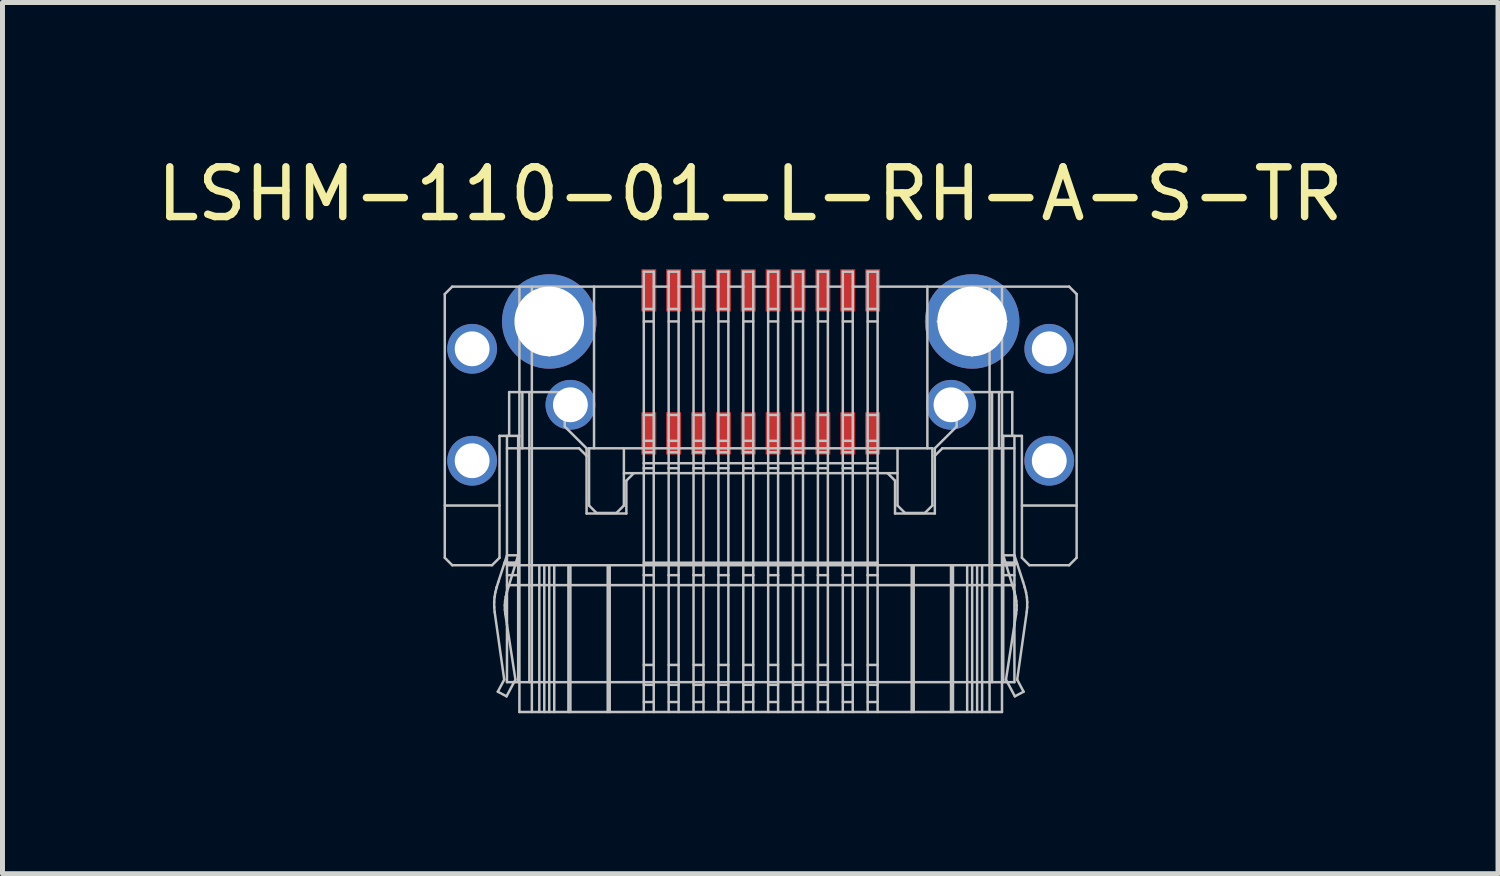
<source format=kicad_pcb>
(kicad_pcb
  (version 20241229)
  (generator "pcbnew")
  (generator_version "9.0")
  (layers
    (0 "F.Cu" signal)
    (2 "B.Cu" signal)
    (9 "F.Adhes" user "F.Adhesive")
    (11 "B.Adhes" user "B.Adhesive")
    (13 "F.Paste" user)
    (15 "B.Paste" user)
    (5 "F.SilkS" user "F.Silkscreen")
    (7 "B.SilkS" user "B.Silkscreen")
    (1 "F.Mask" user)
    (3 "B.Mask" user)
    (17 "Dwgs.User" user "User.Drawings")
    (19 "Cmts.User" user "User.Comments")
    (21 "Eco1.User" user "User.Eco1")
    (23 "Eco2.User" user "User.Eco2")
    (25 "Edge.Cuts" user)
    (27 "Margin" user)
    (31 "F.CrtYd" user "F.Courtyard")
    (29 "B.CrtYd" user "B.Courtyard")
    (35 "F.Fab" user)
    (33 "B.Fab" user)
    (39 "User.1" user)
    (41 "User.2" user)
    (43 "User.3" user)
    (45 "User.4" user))
  (footprint "LSHM-110-01-L-RH-A-S-TR"
    (layer "F.Cu")
    (at 12.24 11.261)
    (property "Reference" "LSHM-110-01-L-RH-A-S-TR" (at -0.21 -10.413 0) (layer "F.SilkS") (effects (font (size 1 1) (thickness 0.15))))
    (attr through_hole)
    (fp_line (start -6.35 -8.4) (end -6.35 -3.1) (stroke (width 0.05) (type solid)) (layer "Dwgs.User"))
    (fp_line (start -6.35 -3.1) (end -6.2 -2.95) (stroke (width 0.05) (type solid)) (layer "Dwgs.User"))
    (fp_line (start -6.2 -8.55) (end -6.35 -8.4) (stroke (width 0.05) (type solid)) (layer "Dwgs.User"))
    (fp_line (start -6.2 -2.95) (end -5.4 -2.95) (stroke (width 0.05) (type solid)) (layer "Dwgs.User"))
    (fp_line (start -5.9 -7.55) (end -5.7 -7.55) (stroke (width 0.05) (type solid)) (layer "Dwgs.User"))
    (fp_line (start -5.9 -7.05) (end -5.9 -7.55) (stroke (width 0.05) (type solid)) (layer "Dwgs.User"))
    (fp_line (start -5.9 -5.3) (end -5.7 -5.3) (stroke (width 0.05) (type solid)) (layer "Dwgs.User"))
    (fp_line (start -5.9 -4.8) (end -5.9 -5.3) (stroke (width 0.05) (type solid)) (layer "Dwgs.User"))
    (fp_line (start -5.7 -7.45) (end -5.9 -7.45) (stroke (width 0.05) (type solid)) (layer "Dwgs.User"))
    (fp_line (start -5.7 -7.15) (end -5.9 -7.15) (stroke (width 0.05) (type solid)) (layer "Dwgs.User"))
    (fp_line (start -5.7 -7.05) (end -5.9 -7.05) (stroke (width 0.05) (type solid)) (layer "Dwgs.User"))
    (fp_line (start -5.7 -7.05) (end -5.7 -7.55) (stroke (width 0.05) (type solid)) (layer "Dwgs.User"))
    (fp_line (start -5.7 -5.2) (end -5.9 -5.2) (stroke (width 0.05) (type solid)) (layer "Dwgs.User"))
    (fp_line (start -5.7 -4.9) (end -5.9 -4.9) (stroke (width 0.05) (type solid)) (layer "Dwgs.User"))
    (fp_line (start -5.7 -4.8) (end -5.9 -4.8) (stroke (width 0.05) (type solid)) (layer "Dwgs.User"))
    (fp_line (start -5.7 -4.8) (end -5.7 -5.3) (stroke (width 0.05) (type solid)) (layer "Dwgs.User"))
    (fp_line (start -5.4 -2.95) (end -5.25 -3.1) (stroke (width 0.05) (type solid)) (layer "Dwgs.User"))
    (fp_line (start -5.357 -2.207) (end -5.35 -2.307) (stroke (width 0.05) (type solid)) (layer "Dwgs.User"))
    (fp_line (start -5.356 -2.106) (end -5.357 -2.207) (stroke (width 0.05) (type solid)) (layer "Dwgs.User"))
    (fp_line (start -5.35 -2.307) (end -5.333 -2.406) (stroke (width 0.05) (type solid)) (layer "Dwgs.User"))
    (fp_line (start -5.347 -2.007) (end -5.356 -2.106) (stroke (width 0.05) (type solid)) (layer "Dwgs.User"))
    (fp_line (start -5.333 -2.406) (end -5.308 -2.503) (stroke (width 0.05) (type solid)) (layer "Dwgs.User"))
    (fp_line (start -5.308 -2.503) (end -5.308 -2.504) (stroke (width 0.05) (type solid)) (layer "Dwgs.User"))
    (fp_line (start -5.308 -2.504) (end -5.274 -2.614) (stroke (width 0.05) (type solid)) (layer "Dwgs.User"))
    (fp_line (start -5.284 -0.408) (end -5.155 -0.65) (stroke (width 0.05) (type solid)) (layer "Dwgs.User"))
    (fp_line (start -5.274 -2.614) (end -5.1 -3.15) (stroke (width 0.05) (type solid)) (layer "Dwgs.User"))
    (fp_line (start -5.25 -5.55) (end -4.85 -5.55) (stroke (width 0.05) (type solid)) (layer "Dwgs.User"))
    (fp_line (start -5.25 -4.15) (end -6.35 -4.15) (stroke (width 0.05) (type solid)) (layer "Dwgs.User"))
    (fp_line (start -5.25 -3.1) (end -5.25 -5.55) (stroke (width 0.05) (type solid)) (layer "Dwgs.User"))
    (fp_line (start -5.156 -2.978) (end -5.1 -2.978) (stroke (width 0.05) (type solid)) (layer "Dwgs.User"))
    (fp_line (start -5.155 -0.65) (end -5.347 -2.007) (stroke (width 0.05) (type solid)) (layer "Dwgs.User"))
    (fp_line (start -5.147 -3.004) (end -4.92 -3.004) (stroke (width 0.05) (type solid)) (layer "Dwgs.User"))
    (fp_line (start -5.144 -2.142) (end -5.138 -2.229) (stroke (width 0.05) (type solid)) (layer "Dwgs.User"))
    (fp_line (start -5.142 -2.055) (end -5.144 -2.142) (stroke (width 0.05) (type solid)) (layer "Dwgs.User"))
    (fp_line (start -5.138 -2.229) (end -5.125 -2.315) (stroke (width 0.05) (type solid)) (layer "Dwgs.User"))
    (fp_line (start -5.133 -1.968) (end -5.142 -2.055) (stroke (width 0.05) (type solid)) (layer "Dwgs.User"))
    (fp_line (start -5.133 -1.968) (end -5.1 -1.756) (stroke (width 0.05) (type solid)) (layer "Dwgs.User"))
    (fp_line (start -5.125 -2.315) (end -5.104 -2.4) (stroke (width 0.05) (type solid)) (layer "Dwgs.User"))
    (fp_line (start -5.109 -0.315) (end -5.284 -0.408) (stroke (width 0.05) (type solid)) (layer "Dwgs.User"))
    (fp_line (start -5.104 -2.4) (end -5.101 -2.412) (stroke (width 0.05) (type solid)) (layer "Dwgs.User"))
    (fp_line (start -5.1 -5.55) (end -5.1 -0.6) (stroke (width 0.05) (type solid)) (layer "Dwgs.User"))
    (fp_line (start -5.1 -3.15) (end -4.875 -3.15) (stroke (width 0.05) (type solid)) (layer "Dwgs.User"))
    (fp_line (start -5.1 -2.978) (end -4.927 -2.978) (stroke (width 0.05) (type solid)) (layer "Dwgs.User"))
    (fp_line (start -5.1 -2.95) (end -4.875 -2.95) (stroke (width 0.05) (type solid)) (layer "Dwgs.User"))
    (fp_line (start -5.1 -2.75) (end -4.875 -2.75) (stroke (width 0.05) (type solid)) (layer "Dwgs.User"))
    (fp_line (start -5.1 -2.414) (end -5.101 -2.412) (stroke (width 0.05) (type solid)) (layer "Dwgs.User"))
    (fp_line (start -5.1 -1.756) (end -4.93 -0.65) (stroke (width 0.05) (type solid)) (layer "Dwgs.User"))
    (fp_line (start -5.056 -6.43) (end -5.056 -5.55) (stroke (width 0.05) (type solid)) (layer "Dwgs.User"))
    (fp_line (start -4.957 -0.6) (end -5.109 -0.315) (stroke (width 0.05) (type solid)) (layer "Dwgs.User"))
    (fp_line (start -4.93 -0.65) (end -4.957 -0.6) (stroke (width 0.05) (type solid)) (layer "Dwgs.User"))
    (fp_line (start -4.875 -5.55) (end -4.875 -5.3) (stroke (width 0.05) (type solid)) (layer "Dwgs.User"))
    (fp_line (start -4.875 -3.15) (end -5.1 -2.414) (stroke (width 0.05) (type solid)) (layer "Dwgs.User"))
    (fp_line (start -4.875 -0.6) (end -4.875 -5.3) (stroke (width 0.05) (type solid)) (layer "Dwgs.User"))
    (fp_line (start -4.854 -7.935) (end -3.646 -7.935) (stroke (width 0.05) (type solid)) (layer "Dwgs.User"))
    (fp_line (start -4.854 -7.765) (end -3.646 -7.765) (stroke (width 0.05) (type solid)) (layer "Dwgs.User"))
    (fp_line (start -4.85 -5.3) (end -4.85 -8.55) (stroke (width 0.05) (type solid)) (layer "Dwgs.User"))
    (fp_line (start -4.85 -0.6) (end -4.85 -5.3) (stroke (width 0.05) (type solid)) (layer "Dwgs.User"))
    (fp_line (start -4.85 0) (end -4.85 -0.6) (stroke (width 0.05) (type solid)) (layer "Dwgs.User"))
    (fp_line (start -4.825 -7.935) (end -4.698 -7.935) (stroke (width 0.05) (type solid)) (layer "Dwgs.User"))
    (fp_line (start -4.825 -7.765) (end -4.825 -7.935) (stroke (width 0.05) (type solid)) (layer "Dwgs.User"))
    (fp_line (start -4.825 -7.765) (end -4.698 -7.765) (stroke (width 0.05) (type solid)) (layer "Dwgs.User"))
    (fp_line (start -4.791 -6.43) (end -4.791 -5.3) (stroke (width 0.05) (type solid)) (layer "Dwgs.User"))
    (fp_line (start -4.698 -7.765) (end -4.698 -7.935) (stroke (width 0.05) (type solid)) (layer "Dwgs.User"))
    (fp_line (start -4.65 -5.3) (end -4.65 -6.43) (stroke (width 0.05) (type solid)) (layer "Dwgs.User"))
    (fp_line (start -4.65 -0.6) (end -4.65 -5.3) (stroke (width 0.05) (type solid)) (layer "Dwgs.User"))
    (fp_line (start -4.6 -5.3) (end -4.6 -8.55) (stroke (width 0.05) (type solid)) (layer "Dwgs.User"))
    (fp_line (start -4.6 -0.6) (end -4.6 -5.3) (stroke (width 0.05) (type solid)) (layer "Dwgs.User"))
    (fp_line (start -4.6 0) (end -4.6 -0.6) (stroke (width 0.05) (type solid)) (layer "Dwgs.User"))
    (fp_line (start -4.45 0) (end -4.45 -2.95) (stroke (width 0.05) (type solid)) (layer "Dwgs.User"))
    (fp_line (start -4.35 0) (end -4.35 -2.95) (stroke (width 0.05) (type solid)) (layer "Dwgs.User"))
    (fp_line (start -4.25 -7.161) (end -4.25 -8.539) (stroke (width 0.05) (type solid)) (layer "Dwgs.User"))
    (fp_line (start -4.25 0) (end -4.25 -2.95) (stroke (width 0.05) (type solid)) (layer "Dwgs.User"))
    (fp_line (start -4.15 0) (end -4.15 -2.95) (stroke (width 0.05) (type solid)) (layer "Dwgs.User"))
    (fp_line (start -3.938 -6.43) (end -3.938 -5.737) (stroke (width 0.05) (type solid)) (layer "Dwgs.User"))
    (fp_line (start -3.938 -6.38) (end -3.712 -6.38) (stroke (width 0.05) (type solid)) (layer "Dwgs.User"))
    (fp_line (start -3.938 -5.737) (end -3.5 -5.3) (stroke (width 0.05) (type solid)) (layer "Dwgs.User"))
    (fp_line (start -3.865 0) (end -3.865 -2.95) (stroke (width 0.05) (type solid)) (layer "Dwgs.User"))
    (fp_line (start -3.825 0) (end -3.825 -2.95) (stroke (width 0.05) (type solid)) (layer "Dwgs.User"))
    (fp_line (start -3.802 -7.765) (end -3.802 -7.935) (stroke (width 0.05) (type solid)) (layer "Dwgs.User"))
    (fp_line (start -3.712 -6.43) (end -5.056 -6.43) (stroke (width 0.05) (type solid)) (layer "Dwgs.User"))
    (fp_line (start -3.712 -6.43) (end -3.712 -5.93) (stroke (width 0.05) (type solid)) (layer "Dwgs.User"))
    (fp_line (start -3.712 -5.98) (end -3.938 -5.98) (stroke (width 0.05) (type solid)) (layer "Dwgs.User"))
    (fp_line (start -3.712 -5.93) (end -3.938 -5.93) (stroke (width 0.05) (type solid)) (layer "Dwgs.User"))
    (fp_line (start -3.675 -7.935) (end -3.802 -7.935) (stroke (width 0.05) (type solid)) (layer "Dwgs.User"))
    (fp_line (start -3.675 -7.765) (end -3.802 -7.765) (stroke (width 0.05) (type solid)) (layer "Dwgs.User"))
    (fp_line (start -3.675 -7.765) (end -3.675 -7.935) (stroke (width 0.05) (type solid)) (layer "Dwgs.User"))
    (fp_line (start -3.65 -5.3) (end -5.1 -5.3) (stroke (width 0.05) (type solid)) (layer "Dwgs.User"))
    (fp_line (start -3.65 -5.3) (end -3.5 -5.15) (stroke (width 0.05) (type solid)) (layer "Dwgs.User"))
    (fp_line (start -3.5 -5.3) (end -3.5 -5.15) (stroke (width 0.05) (type solid)) (layer "Dwgs.User"))
    (fp_line (start -3.5 -5.15) (end -3.5 -3.99) (stroke (width 0.05) (type solid)) (layer "Dwgs.User"))
    (fp_line (start -3.5 -3.99) (end -2.7 -3.99) (stroke (width 0.05) (type solid)) (layer "Dwgs.User"))
    (fp_line (start -3.45 -5.3) (end -3.45 -4.15) (stroke (width 0.05) (type solid)) (layer "Dwgs.User"))
    (fp_line (start -3.45 -4.15) (end -3.3 -4) (stroke (width 0.05) (type solid)) (layer "Dwgs.User"))
    (fp_line (start -3.35 -8.55) (end -3.35 -5.3) (stroke (width 0.05) (type solid)) (layer "Dwgs.User"))
    (fp_line (start -3.3 -4) (end -2.9 -4) (stroke (width 0.05) (type solid)) (layer "Dwgs.User"))
    (fp_line (start -3.075 0) (end -3.075 -2.95) (stroke (width 0.05) (type solid)) (layer "Dwgs.User"))
    (fp_line (start -3.035 0) (end -3.035 -2.95) (stroke (width 0.05) (type solid)) (layer "Dwgs.User"))
    (fp_line (start -2.9 -4) (end -2.75 -4.15) (stroke (width 0.05) (type solid)) (layer "Dwgs.User"))
    (fp_line (start -2.75 -4.8) (end 2.75 -4.8) (stroke (width 0.05) (type solid)) (layer "Dwgs.User"))
    (fp_line (start -2.75 -4.15) (end -2.75 -5.3) (stroke (width 0.05) (type solid)) (layer "Dwgs.User"))
    (fp_line (start -2.7 -4.65) (end -2.55 -4.8) (stroke (width 0.05) (type solid)) (layer "Dwgs.User"))
    (fp_line (start -2.7 -3.99) (end -2.7 -4.65) (stroke (width 0.05) (type solid)) (layer "Dwgs.User"))
    (fp_line (start -2.35 -8.85) (end -2.35 -5) (stroke (width 0.05) (type solid)) (layer "Dwgs.User"))
    (fp_line (start -2.35 -8.55) (end -6.2 -8.55) (stroke (width 0.05) (type solid)) (layer "Dwgs.User"))
    (fp_line (start -2.35 -7.85) (end -2.15 -7.85) (stroke (width 0.05) (type solid)) (layer "Dwgs.User"))
    (fp_line (start -2.35 -5.3) (end -3.45 -5.3) (stroke (width 0.05) (type solid)) (layer "Dwgs.User"))
    (fp_line (start -2.35 -5.3) (end -2.15 -5.3) (stroke (width 0.05) (type solid)) (layer "Dwgs.User"))
    (fp_line (start -2.35 -5) (end -2.35 -4.9) (stroke (width 0.05) (type solid)) (layer "Dwgs.User"))
    (fp_line (start -2.35 -4.9) (end -2.35 -2.75) (stroke (width 0.05) (type solid)) (layer "Dwgs.User"))
    (fp_line (start -2.35 -4.9) (end -2.15 -4.9) (stroke (width 0.05) (type solid)) (layer "Dwgs.User"))
    (fp_line (start -2.35 -2.75) (end -2.35 0) (stroke (width 0.05) (type solid)) (layer "Dwgs.User"))
    (fp_line (start -2.15 -8.85) (end -2.35 -8.85) (stroke (width 0.05) (type solid)) (layer "Dwgs.User"))
    (fp_line (start -2.15 -8.85) (end -2.15 -5) (stroke (width 0.05) (type solid)) (layer "Dwgs.User"))
    (fp_line (start -2.15 -8.1) (end -2.35 -8.1) (stroke (width 0.05) (type solid)) (layer "Dwgs.User"))
    (fp_line (start -2.15 -5.97) (end -2.35 -5.97) (stroke (width 0.05) (type solid)) (layer "Dwgs.User"))
    (fp_line (start -2.15 -5.45) (end -2.35 -5.45) (stroke (width 0.05) (type solid)) (layer "Dwgs.User"))
    (fp_line (start -2.15 -5.22) (end -2.35 -5.22) (stroke (width 0.05) (type solid)) (layer "Dwgs.User"))
    (fp_line (start -2.15 -5) (end -2.35 -5) (stroke (width 0.05) (type solid)) (layer "Dwgs.User"))
    (fp_line (start -2.15 -4.9) (end -2.15 -5) (stroke (width 0.05) (type solid)) (layer "Dwgs.User"))
    (fp_line (start -2.15 -3) (end -2.15 -4.9) (stroke (width 0.05) (type solid)) (layer "Dwgs.User"))
    (fp_line (start -2.15 -3) (end -2.15 -2.75) (stroke (width 0.05) (type solid)) (layer "Dwgs.User"))
    (fp_line (start -2.15 -2.75) (end -2.35 -2.75) (stroke (width 0.05) (type solid)) (layer "Dwgs.User"))
    (fp_line (start -2.15 -2.75) (end -2.15 0) (stroke (width 0.05) (type solid)) (layer "Dwgs.User"))
    (fp_line (start -2.15 -0.946) (end -2.35 -0.946) (stroke (width 0.05) (type solid)) (layer "Dwgs.User"))
    (fp_line (start -2.15 -0.546) (end -2.35 -0.546) (stroke (width 0.05) (type solid)) (layer "Dwgs.User"))
    (fp_line (start -2.15 -0.2) (end -2.35 -0.2) (stroke (width 0.05) (type solid)) (layer "Dwgs.User"))
    (fp_line (start -1.85 -8.55) (end -2.15 -8.55) (stroke (width 0.05) (type solid)) (layer "Dwgs.User"))
    (fp_line (start -1.85 -7.85) (end -1.65 -7.85) (stroke (width 0.05) (type solid)) (layer "Dwgs.User"))
    (fp_line (start -1.85 -5.3) (end -2.15 -5.3) (stroke (width 0.05) (type solid)) (layer "Dwgs.User"))
    (fp_line (start -1.85 -5.3) (end -1.65 -5.3) (stroke (width 0.05) (type solid)) (layer "Dwgs.User"))
    (fp_line (start -1.85 -5) (end -2.15 -5) (stroke (width 0.05) (type solid)) (layer "Dwgs.User"))
    (fp_line (start -1.85 -5) (end -1.85 -8.85) (stroke (width 0.05) (type solid)) (layer "Dwgs.User"))
    (fp_line (start -1.85 -5) (end -1.85 -4.9) (stroke (width 0.05) (type solid)) (layer "Dwgs.User"))
    (fp_line (start -1.85 -4.9) (end -1.85 -3) (stroke (width 0.05) (type solid)) (layer "Dwgs.User"))
    (fp_line (start -1.85 -4.9) (end -1.65 -4.9) (stroke (width 0.05) (type solid)) (layer "Dwgs.User"))
    (fp_line (start -1.85 -2.75) (end -1.85 -3) (stroke (width 0.05) (type solid)) (layer "Dwgs.User"))
    (fp_line (start -1.85 -2.75) (end -1.85 0) (stroke (width 0.05) (type solid)) (layer "Dwgs.User"))
    (fp_line (start -1.65 -8.85) (end -1.85 -8.85) (stroke (width 0.05) (type solid)) (layer "Dwgs.User"))
    (fp_line (start -1.65 -8.85) (end -1.65 -5) (stroke (width 0.05) (type solid)) (layer "Dwgs.User"))
    (fp_line (start -1.65 -8.1) (end -1.85 -8.1) (stroke (width 0.05) (type solid)) (layer "Dwgs.User"))
    (fp_line (start -1.65 -5.97) (end -1.85 -5.97) (stroke (width 0.05) (type solid)) (layer "Dwgs.User"))
    (fp_line (start -1.65 -5.45) (end -1.85 -5.45) (stroke (width 0.05) (type solid)) (layer "Dwgs.User"))
    (fp_line (start -1.65 -5.22) (end -1.85 -5.22) (stroke (width 0.05) (type solid)) (layer "Dwgs.User"))
    (fp_line (start -1.65 -5) (end -1.85 -5) (stroke (width 0.05) (type solid)) (layer "Dwgs.User"))
    (fp_line (start -1.65 -4.9) (end -1.65 -5) (stroke (width 0.05) (type solid)) (layer "Dwgs.User"))
    (fp_line (start -1.65 -3) (end -1.65 -4.9) (stroke (width 0.05) (type solid)) (layer "Dwgs.User"))
    (fp_line (start -1.65 -3) (end -1.65 -2.75) (stroke (width 0.05) (type solid)) (layer "Dwgs.User"))
    (fp_line (start -1.65 -2.75) (end -1.85 -2.75) (stroke (width 0.05) (type solid)) (layer "Dwgs.User"))
    (fp_line (start -1.65 -2.75) (end -1.65 0) (stroke (width 0.05) (type solid)) (layer "Dwgs.User"))
    (fp_line (start -1.65 -0.946) (end -1.85 -0.946) (stroke (width 0.05) (type solid)) (layer "Dwgs.User"))
    (fp_line (start -1.65 -0.546) (end -1.85 -0.546) (stroke (width 0.05) (type solid)) (layer "Dwgs.User"))
    (fp_line (start -1.65 -0.2) (end -1.85 -0.2) (stroke (width 0.05) (type solid)) (layer "Dwgs.User"))
    (fp_line (start -1.35 -8.55) (end -1.65 -8.55) (stroke (width 0.05) (type solid)) (layer "Dwgs.User"))
    (fp_line (start -1.35 -7.85) (end -1.15 -7.85) (stroke (width 0.05) (type solid)) (layer "Dwgs.User"))
    (fp_line (start -1.35 -5.3) (end -1.65 -5.3) (stroke (width 0.05) (type solid)) (layer "Dwgs.User"))
    (fp_line (start -1.35 -5.3) (end -1.15 -5.3) (stroke (width 0.05) (type solid)) (layer "Dwgs.User"))
    (fp_line (start -1.35 -5) (end -1.65 -5) (stroke (width 0.05) (type solid)) (layer "Dwgs.User"))
    (fp_line (start -1.35 -5) (end -1.35 -8.85) (stroke (width 0.05) (type solid)) (layer "Dwgs.User"))
    (fp_line (start -1.35 -5) (end -1.35 -4.9) (stroke (width 0.05) (type solid)) (layer "Dwgs.User"))
    (fp_line (start -1.35 -4.9) (end -1.35 -3) (stroke (width 0.05) (type solid)) (layer "Dwgs.User"))
    (fp_line (start -1.35 -4.9) (end -1.15 -4.9) (stroke (width 0.05) (type solid)) (layer "Dwgs.User"))
    (fp_line (start -1.35 -2.75) (end -1.35 -3) (stroke (width 0.05) (type solid)) (layer "Dwgs.User"))
    (fp_line (start -1.35 -2.75) (end -1.35 0) (stroke (width 0.05) (type solid)) (layer "Dwgs.User"))
    (fp_line (start -1.15 -8.85) (end -1.35 -8.85) (stroke (width 0.05) (type solid)) (layer "Dwgs.User"))
    (fp_line (start -1.15 -8.85) (end -1.15 -5) (stroke (width 0.05) (type solid)) (layer "Dwgs.User"))
    (fp_line (start -1.15 -8.1) (end -1.35 -8.1) (stroke (width 0.05) (type solid)) (layer "Dwgs.User"))
    (fp_line (start -1.15 -5.97) (end -1.35 -5.97) (stroke (width 0.05) (type solid)) (layer "Dwgs.User"))
    (fp_line (start -1.15 -5.45) (end -1.35 -5.45) (stroke (width 0.05) (type solid)) (layer "Dwgs.User"))
    (fp_line (start -1.15 -5.22) (end -1.35 -5.22) (stroke (width 0.05) (type solid)) (layer "Dwgs.User"))
    (fp_line (start -1.15 -5) (end -1.35 -5) (stroke (width 0.05) (type solid)) (layer "Dwgs.User"))
    (fp_line (start -1.15 -4.9) (end -1.15 -5) (stroke (width 0.05) (type solid)) (layer "Dwgs.User"))
    (fp_line (start -1.15 -3) (end -1.15 -4.9) (stroke (width 0.05) (type solid)) (layer "Dwgs.User"))
    (fp_line (start -1.15 -3) (end -1.15 -2.75) (stroke (width 0.05) (type solid)) (layer "Dwgs.User"))
    (fp_line (start -1.15 -2.75) (end -1.35 -2.75) (stroke (width 0.05) (type solid)) (layer "Dwgs.User"))
    (fp_line (start -1.15 -2.75) (end -1.15 0) (stroke (width 0.05) (type solid)) (layer "Dwgs.User"))
    (fp_line (start -1.15 -0.946) (end -1.35 -0.946) (stroke (width 0.05) (type solid)) (layer "Dwgs.User"))
    (fp_line (start -1.15 -0.546) (end -1.35 -0.546) (stroke (width 0.05) (type solid)) (layer "Dwgs.User"))
    (fp_line (start -1.15 -0.2) (end -1.35 -0.2) (stroke (width 0.05) (type solid)) (layer "Dwgs.User"))
    (fp_line (start -0.85 -8.55) (end -1.15 -8.55) (stroke (width 0.05) (type solid)) (layer "Dwgs.User"))
    (fp_line (start -0.85 -7.85) (end -0.65 -7.85) (stroke (width 0.05) (type solid)) (layer "Dwgs.User"))
    (fp_line (start -0.85 -5.3) (end -1.15 -5.3) (stroke (width 0.05) (type solid)) (layer "Dwgs.User"))
    (fp_line (start -0.85 -5.3) (end -0.65 -5.3) (stroke (width 0.05) (type solid)) (layer "Dwgs.User"))
    (fp_line (start -0.85 -5) (end -1.15 -5) (stroke (width 0.05) (type solid)) (layer "Dwgs.User"))
    (fp_line (start -0.85 -5) (end -0.85 -8.85) (stroke (width 0.05) (type solid)) (layer "Dwgs.User"))
    (fp_line (start -0.85 -5) (end -0.85 -4.9) (stroke (width 0.05) (type solid)) (layer "Dwgs.User"))
    (fp_line (start -0.85 -4.9) (end -0.85 -3) (stroke (width 0.05) (type solid)) (layer "Dwgs.User"))
    (fp_line (start -0.85 -4.9) (end -0.65 -4.9) (stroke (width 0.05) (type solid)) (layer "Dwgs.User"))
    (fp_line (start -0.85 -2.75) (end -0.85 -3) (stroke (width 0.05) (type solid)) (layer "Dwgs.User"))
    (fp_line (start -0.85 -2.75) (end -0.85 0) (stroke (width 0.05) (type solid)) (layer "Dwgs.User"))
    (fp_line (start -0.65 -8.85) (end -0.85 -8.85) (stroke (width 0.05) (type solid)) (layer "Dwgs.User"))
    (fp_line (start -0.65 -8.85) (end -0.65 -5) (stroke (width 0.05) (type solid)) (layer "Dwgs.User"))
    (fp_line (start -0.65 -8.1) (end -0.85 -8.1) (stroke (width 0.05) (type solid)) (layer "Dwgs.User"))
    (fp_line (start -0.65 -5.97) (end -0.85 -5.97) (stroke (width 0.05) (type solid)) (layer "Dwgs.User"))
    (fp_line (start -0.65 -5.45) (end -0.85 -5.45) (stroke (width 0.05) (type solid)) (layer "Dwgs.User"))
    (fp_line (start -0.65 -5.22) (end -0.85 -5.22) (stroke (width 0.05) (type solid)) (layer "Dwgs.User"))
    (fp_line (start -0.65 -5) (end -0.85 -5) (stroke (width 0.05) (type solid)) (layer "Dwgs.User"))
    (fp_line (start -0.65 -4.9) (end -0.65 -5) (stroke (width 0.05) (type solid)) (layer "Dwgs.User"))
    (fp_line (start -0.65 -3) (end -0.65 -4.9) (stroke (width 0.05) (type solid)) (layer "Dwgs.User"))
    (fp_line (start -0.65 -3) (end -0.65 -2.75) (stroke (width 0.05) (type solid)) (layer "Dwgs.User"))
    (fp_line (start -0.65 -2.75) (end -0.85 -2.75) (stroke (width 0.05) (type solid)) (layer "Dwgs.User"))
    (fp_line (start -0.65 -2.75) (end -0.65 0) (stroke (width 0.05) (type solid)) (layer "Dwgs.User"))
    (fp_line (start -0.65 -0.946) (end -0.85 -0.946) (stroke (width 0.05) (type solid)) (layer "Dwgs.User"))
    (fp_line (start -0.65 -0.546) (end -0.85 -0.546) (stroke (width 0.05) (type solid)) (layer "Dwgs.User"))
    (fp_line (start -0.65 -0.2) (end -0.85 -0.2) (stroke (width 0.05) (type solid)) (layer "Dwgs.User"))
    (fp_line (start -0.35 -8.55) (end -0.65 -8.55) (stroke (width 0.05) (type solid)) (layer "Dwgs.User"))
    (fp_line (start -0.35 -7.85) (end -0.15 -7.85) (stroke (width 0.05) (type solid)) (layer "Dwgs.User"))
    (fp_line (start -0.35 -5.3) (end -0.65 -5.3) (stroke (width 0.05) (type solid)) (layer "Dwgs.User"))
    (fp_line (start -0.35 -5.3) (end -0.15 -5.3) (stroke (width 0.05) (type solid)) (layer "Dwgs.User"))
    (fp_line (start -0.35 -5) (end -0.65 -5) (stroke (width 0.05) (type solid)) (layer "Dwgs.User"))
    (fp_line (start -0.35 -5) (end -0.35 -8.85) (stroke (width 0.05) (type solid)) (layer "Dwgs.User"))
    (fp_line (start -0.35 -5) (end -0.35 -4.9) (stroke (width 0.05) (type solid)) (layer "Dwgs.User"))
    (fp_line (start -0.35 -4.9) (end -0.35 -3) (stroke (width 0.05) (type solid)) (layer "Dwgs.User"))
    (fp_line (start -0.35 -4.9) (end -0.15 -4.9) (stroke (width 0.05) (type solid)) (layer "Dwgs.User"))
    (fp_line (start -0.35 -2.75) (end -0.35 -3) (stroke (width 0.05) (type solid)) (layer "Dwgs.User"))
    (fp_line (start -0.35 -2.75) (end -0.35 0) (stroke (width 0.05) (type solid)) (layer "Dwgs.User"))
    (fp_line (start -0.15 -8.85) (end -0.35 -8.85) (stroke (width 0.05) (type solid)) (layer "Dwgs.User"))
    (fp_line (start -0.15 -8.85) (end -0.15 -5) (stroke (width 0.05) (type solid)) (layer "Dwgs.User"))
    (fp_line (start -0.15 -8.1) (end -0.35 -8.1) (stroke (width 0.05) (type solid)) (layer "Dwgs.User"))
    (fp_line (start -0.15 -5.97) (end -0.35 -5.97) (stroke (width 0.05) (type solid)) (layer "Dwgs.User"))
    (fp_line (start -0.15 -5.45) (end -0.35 -5.45) (stroke (width 0.05) (type solid)) (layer "Dwgs.User"))
    (fp_line (start -0.15 -5.22) (end -0.35 -5.22) (stroke (width 0.05) (type solid)) (layer "Dwgs.User"))
    (fp_line (start -0.15 -5) (end -0.35 -5) (stroke (width 0.05) (type solid)) (layer "Dwgs.User"))
    (fp_line (start -0.15 -4.9) (end -0.15 -5) (stroke (width 0.05) (type solid)) (layer "Dwgs.User"))
    (fp_line (start -0.15 -3) (end -0.15 -4.9) (stroke (width 0.05) (type solid)) (layer "Dwgs.User"))
    (fp_line (start -0.15 -3) (end -0.15 -2.75) (stroke (width 0.05) (type solid)) (layer "Dwgs.User"))
    (fp_line (start -0.15 -2.75) (end -0.35 -2.75) (stroke (width 0.05) (type solid)) (layer "Dwgs.User"))
    (fp_line (start -0.15 -2.75) (end -0.15 0) (stroke (width 0.05) (type solid)) (layer "Dwgs.User"))
    (fp_line (start -0.15 -0.946) (end -0.35 -0.946) (stroke (width 0.05) (type solid)) (layer "Dwgs.User"))
    (fp_line (start -0.15 -0.546) (end -0.35 -0.546) (stroke (width 0.05) (type solid)) (layer "Dwgs.User"))
    (fp_line (start -0.15 -0.2) (end -0.35 -0.2) (stroke (width 0.05) (type solid)) (layer "Dwgs.User"))
    (fp_line (start 0.15 -8.55) (end -0.15 -8.55) (stroke (width 0.05) (type solid)) (layer "Dwgs.User"))
    (fp_line (start 0.15 -7.85) (end 0.35 -7.85) (stroke (width 0.05) (type solid)) (layer "Dwgs.User"))
    (fp_line (start 0.15 -5.3) (end -0.15 -5.3) (stroke (width 0.05) (type solid)) (layer "Dwgs.User"))
    (fp_line (start 0.15 -5.3) (end 0.35 -5.3) (stroke (width 0.05) (type solid)) (layer "Dwgs.User"))
    (fp_line (start 0.15 -5) (end -0.15 -5) (stroke (width 0.05) (type solid)) (layer "Dwgs.User"))
    (fp_line (start 0.15 -5) (end 0.15 -8.85) (stroke (width 0.05) (type solid)) (layer "Dwgs.User"))
    (fp_line (start 0.15 -5) (end 0.15 -4.9) (stroke (width 0.05) (type solid)) (layer "Dwgs.User"))
    (fp_line (start 0.15 -4.9) (end 0.15 -3) (stroke (width 0.05) (type solid)) (layer "Dwgs.User"))
    (fp_line (start 0.15 -4.9) (end 0.35 -4.9) (stroke (width 0.05) (type solid)) (layer "Dwgs.User"))
    (fp_line (start 0.15 -2.75) (end 0.15 -3) (stroke (width 0.05) (type solid)) (layer "Dwgs.User"))
    (fp_line (start 0.15 -2.75) (end 0.15 0) (stroke (width 0.05) (type solid)) (layer "Dwgs.User"))
    (fp_line (start 0.35 -8.85) (end 0.15 -8.85) (stroke (width 0.05) (type solid)) (layer "Dwgs.User"))
    (fp_line (start 0.35 -8.85) (end 0.35 -5) (stroke (width 0.05) (type solid)) (layer "Dwgs.User"))
    (fp_line (start 0.35 -8.1) (end 0.15 -8.1) (stroke (width 0.05) (type solid)) (layer "Dwgs.User"))
    (fp_line (start 0.35 -5.97) (end 0.15 -5.97) (stroke (width 0.05) (type solid)) (layer "Dwgs.User"))
    (fp_line (start 0.35 -5.45) (end 0.15 -5.45) (stroke (width 0.05) (type solid)) (layer "Dwgs.User"))
    (fp_line (start 0.35 -5.22) (end 0.15 -5.22) (stroke (width 0.05) (type solid)) (layer "Dwgs.User"))
    (fp_line (start 0.35 -5) (end 0.15 -5) (stroke (width 0.05) (type solid)) (layer "Dwgs.User"))
    (fp_line (start 0.35 -4.9) (end 0.35 -5) (stroke (width 0.05) (type solid)) (layer "Dwgs.User"))
    (fp_line (start 0.35 -3) (end 0.35 -4.9) (stroke (width 0.05) (type solid)) (layer "Dwgs.User"))
    (fp_line (start 0.35 -3) (end 0.35 -2.75) (stroke (width 0.05) (type solid)) (layer "Dwgs.User"))
    (fp_line (start 0.35 -2.75) (end 0.15 -2.75) (stroke (width 0.05) (type solid)) (layer "Dwgs.User"))
    (fp_line (start 0.35 -2.75) (end 0.35 0) (stroke (width 0.05) (type solid)) (layer "Dwgs.User"))
    (fp_line (start 0.35 -0.946) (end 0.15 -0.946) (stroke (width 0.05) (type solid)) (layer "Dwgs.User"))
    (fp_line (start 0.35 -0.546) (end 0.15 -0.546) (stroke (width 0.05) (type solid)) (layer "Dwgs.User"))
    (fp_line (start 0.35 -0.2) (end 0.15 -0.2) (stroke (width 0.05) (type solid)) (layer "Dwgs.User"))
    (fp_line (start 0.65 -8.55) (end 0.35 -8.55) (stroke (width 0.05) (type solid)) (layer "Dwgs.User"))
    (fp_line (start 0.65 -7.85) (end 0.85 -7.85) (stroke (width 0.05) (type solid)) (layer "Dwgs.User"))
    (fp_line (start 0.65 -5.3) (end 0.35 -5.3) (stroke (width 0.05) (type solid)) (layer "Dwgs.User"))
    (fp_line (start 0.65 -5.3) (end 0.85 -5.3) (stroke (width 0.05) (type solid)) (layer "Dwgs.User"))
    (fp_line (start 0.65 -5) (end 0.35 -5) (stroke (width 0.05) (type solid)) (layer "Dwgs.User"))
    (fp_line (start 0.65 -5) (end 0.65 -8.85) (stroke (width 0.05) (type solid)) (layer "Dwgs.User"))
    (fp_line (start 0.65 -5) (end 0.65 -4.9) (stroke (width 0.05) (type solid)) (layer "Dwgs.User"))
    (fp_line (start 0.65 -4.9) (end 0.65 -3) (stroke (width 0.05) (type solid)) (layer "Dwgs.User"))
    (fp_line (start 0.65 -4.9) (end 0.85 -4.9) (stroke (width 0.05) (type solid)) (layer "Dwgs.User"))
    (fp_line (start 0.65 -2.75) (end 0.65 -3) (stroke (width 0.05) (type solid)) (layer "Dwgs.User"))
    (fp_line (start 0.65 -2.75) (end 0.65 0) (stroke (width 0.05) (type solid)) (layer "Dwgs.User"))
    (fp_line (start 0.85 -8.85) (end 0.65 -8.85) (stroke (width 0.05) (type solid)) (layer "Dwgs.User"))
    (fp_line (start 0.85 -8.85) (end 0.85 -5) (stroke (width 0.05) (type solid)) (layer "Dwgs.User"))
    (fp_line (start 0.85 -8.1) (end 0.65 -8.1) (stroke (width 0.05) (type solid)) (layer "Dwgs.User"))
    (fp_line (start 0.85 -5.97) (end 0.65 -5.97) (stroke (width 0.05) (type solid)) (layer "Dwgs.User"))
    (fp_line (start 0.85 -5.45) (end 0.65 -5.45) (stroke (width 0.05) (type solid)) (layer "Dwgs.User"))
    (fp_line (start 0.85 -5.22) (end 0.65 -5.22) (stroke (width 0.05) (type solid)) (layer "Dwgs.User"))
    (fp_line (start 0.85 -5) (end 0.65 -5) (stroke (width 0.05) (type solid)) (layer "Dwgs.User"))
    (fp_line (start 0.85 -4.9) (end 0.85 -5) (stroke (width 0.05) (type solid)) (layer "Dwgs.User"))
    (fp_line (start 0.85 -3) (end 0.85 -4.9) (stroke (width 0.05) (type solid)) (layer "Dwgs.User"))
    (fp_line (start 0.85 -3) (end 0.85 -2.75) (stroke (width 0.05) (type solid)) (layer "Dwgs.User"))
    (fp_line (start 0.85 -2.75) (end 0.65 -2.75) (stroke (width 0.05) (type solid)) (layer "Dwgs.User"))
    (fp_line (start 0.85 -2.75) (end 0.85 0) (stroke (width 0.05) (type solid)) (layer "Dwgs.User"))
    (fp_line (start 0.85 -0.946) (end 0.65 -0.946) (stroke (width 0.05) (type solid)) (layer "Dwgs.User"))
    (fp_line (start 0.85 -0.546) (end 0.65 -0.546) (stroke (width 0.05) (type solid)) (layer "Dwgs.User"))
    (fp_line (start 0.85 -0.2) (end 0.65 -0.2) (stroke (width 0.05) (type solid)) (layer "Dwgs.User"))
    (fp_line (start 1.15 -8.55) (end 0.85 -8.55) (stroke (width 0.05) (type solid)) (layer "Dwgs.User"))
    (fp_line (start 1.15 -7.85) (end 1.35 -7.85) (stroke (width 0.05) (type solid)) (layer "Dwgs.User"))
    (fp_line (start 1.15 -5.3) (end 0.85 -5.3) (stroke (width 0.05) (type solid)) (layer "Dwgs.User"))
    (fp_line (start 1.15 -5.3) (end 1.35 -5.3) (stroke (width 0.05) (type solid)) (layer "Dwgs.User"))
    (fp_line (start 1.15 -5) (end 0.85 -5) (stroke (width 0.05) (type solid)) (layer "Dwgs.User"))
    (fp_line (start 1.15 -5) (end 1.15 -8.85) (stroke (width 0.05) (type solid)) (layer "Dwgs.User"))
    (fp_line (start 1.15 -5) (end 1.15 -4.9) (stroke (width 0.05) (type solid)) (layer "Dwgs.User"))
    (fp_line (start 1.15 -4.9) (end 1.15 -3) (stroke (width 0.05) (type solid)) (layer "Dwgs.User"))
    (fp_line (start 1.15 -4.9) (end 1.35 -4.9) (stroke (width 0.05) (type solid)) (layer "Dwgs.User"))
    (fp_line (start 1.15 -2.75) (end 1.15 -3) (stroke (width 0.05) (type solid)) (layer "Dwgs.User"))
    (fp_line (start 1.15 -2.75) (end 1.15 0) (stroke (width 0.05) (type solid)) (layer "Dwgs.User"))
    (fp_line (start 1.35 -8.85) (end 1.15 -8.85) (stroke (width 0.05) (type solid)) (layer "Dwgs.User"))
    (fp_line (start 1.35 -8.85) (end 1.35 -5) (stroke (width 0.05) (type solid)) (layer "Dwgs.User"))
    (fp_line (start 1.35 -8.1) (end 1.15 -8.1) (stroke (width 0.05) (type solid)) (layer "Dwgs.User"))
    (fp_line (start 1.35 -5.97) (end 1.15 -5.97) (stroke (width 0.05) (type solid)) (layer "Dwgs.User"))
    (fp_line (start 1.35 -5.45) (end 1.15 -5.45) (stroke (width 0.05) (type solid)) (layer "Dwgs.User"))
    (fp_line (start 1.35 -5.22) (end 1.15 -5.22) (stroke (width 0.05) (type solid)) (layer "Dwgs.User"))
    (fp_line (start 1.35 -5) (end 1.15 -5) (stroke (width 0.05) (type solid)) (layer "Dwgs.User"))
    (fp_line (start 1.35 -4.9) (end 1.35 -5) (stroke (width 0.05) (type solid)) (layer "Dwgs.User"))
    (fp_line (start 1.35 -3) (end 1.35 -4.9) (stroke (width 0.05) (type solid)) (layer "Dwgs.User"))
    (fp_line (start 1.35 -3) (end 1.35 -2.75) (stroke (width 0.05) (type solid)) (layer "Dwgs.User"))
    (fp_line (start 1.35 -2.75) (end 1.15 -2.75) (stroke (width 0.05) (type solid)) (layer "Dwgs.User"))
    (fp_line (start 1.35 -2.75) (end 1.35 0) (stroke (width 0.05) (type solid)) (layer "Dwgs.User"))
    (fp_line (start 1.35 -0.946) (end 1.15 -0.946) (stroke (width 0.05) (type solid)) (layer "Dwgs.User"))
    (fp_line (start 1.35 -0.546) (end 1.15 -0.546) (stroke (width 0.05) (type solid)) (layer "Dwgs.User"))
    (fp_line (start 1.35 -0.2) (end 1.15 -0.2) (stroke (width 0.05) (type solid)) (layer "Dwgs.User"))
    (fp_line (start 1.65 -8.55) (end 1.35 -8.55) (stroke (width 0.05) (type solid)) (layer "Dwgs.User"))
    (fp_line (start 1.65 -7.85) (end 1.85 -7.85) (stroke (width 0.05) (type solid)) (layer "Dwgs.User"))
    (fp_line (start 1.65 -5.3) (end 1.35 -5.3) (stroke (width 0.05) (type solid)) (layer "Dwgs.User"))
    (fp_line (start 1.65 -5.3) (end 1.85 -5.3) (stroke (width 0.05) (type solid)) (layer "Dwgs.User"))
    (fp_line (start 1.65 -5) (end 1.35 -5) (stroke (width 0.05) (type solid)) (layer "Dwgs.User"))
    (fp_line (start 1.65 -5) (end 1.65 -8.85) (stroke (width 0.05) (type solid)) (layer "Dwgs.User"))
    (fp_line (start 1.65 -5) (end 1.65 -4.9) (stroke (width 0.05) (type solid)) (layer "Dwgs.User"))
    (fp_line (start 1.65 -4.9) (end 1.65 -3) (stroke (width 0.05) (type solid)) (layer "Dwgs.User"))
    (fp_line (start 1.65 -4.9) (end 1.85 -4.9) (stroke (width 0.05) (type solid)) (layer "Dwgs.User"))
    (fp_line (start 1.65 -2.75) (end 1.65 -3) (stroke (width 0.05) (type solid)) (layer "Dwgs.User"))
    (fp_line (start 1.65 -2.75) (end 1.65 0) (stroke (width 0.05) (type solid)) (layer "Dwgs.User"))
    (fp_line (start 1.85 -8.85) (end 1.65 -8.85) (stroke (width 0.05) (type solid)) (layer "Dwgs.User"))
    (fp_line (start 1.85 -8.85) (end 1.85 -5) (stroke (width 0.05) (type solid)) (layer "Dwgs.User"))
    (fp_line (start 1.85 -8.1) (end 1.65 -8.1) (stroke (width 0.05) (type solid)) (layer "Dwgs.User"))
    (fp_line (start 1.85 -5.97) (end 1.65 -5.97) (stroke (width 0.05) (type solid)) (layer "Dwgs.User"))
    (fp_line (start 1.85 -5.45) (end 1.65 -5.45) (stroke (width 0.05) (type solid)) (layer "Dwgs.User"))
    (fp_line (start 1.85 -5.22) (end 1.65 -5.22) (stroke (width 0.05) (type solid)) (layer "Dwgs.User"))
    (fp_line (start 1.85 -5) (end 1.65 -5) (stroke (width 0.05) (type solid)) (layer "Dwgs.User"))
    (fp_line (start 1.85 -4.9) (end 1.85 -5) (stroke (width 0.05) (type solid)) (layer "Dwgs.User"))
    (fp_line (start 1.85 -3) (end 1.85 -4.9) (stroke (width 0.05) (type solid)) (layer "Dwgs.User"))
    (fp_line (start 1.85 -3) (end 1.85 -2.75) (stroke (width 0.05) (type solid)) (layer "Dwgs.User"))
    (fp_line (start 1.85 -2.75) (end 1.65 -2.75) (stroke (width 0.05) (type solid)) (layer "Dwgs.User"))
    (fp_line (start 1.85 -2.75) (end 1.85 0) (stroke (width 0.05) (type solid)) (layer "Dwgs.User"))
    (fp_line (start 1.85 -0.946) (end 1.65 -0.946) (stroke (width 0.05) (type solid)) (layer "Dwgs.User"))
    (fp_line (start 1.85 -0.546) (end 1.65 -0.546) (stroke (width 0.05) (type solid)) (layer "Dwgs.User"))
    (fp_line (start 1.85 -0.2) (end 1.65 -0.2) (stroke (width 0.05) (type solid)) (layer "Dwgs.User"))
    (fp_line (start 2.15 -8.55) (end 1.85 -8.55) (stroke (width 0.05) (type solid)) (layer "Dwgs.User"))
    (fp_line (start 2.15 -7.85) (end 2.35 -7.85) (stroke (width 0.05) (type solid)) (layer "Dwgs.User"))
    (fp_line (start 2.15 -5.3) (end 1.85 -5.3) (stroke (width 0.05) (type solid)) (layer "Dwgs.User"))
    (fp_line (start 2.15 -5.3) (end 2.35 -5.3) (stroke (width 0.05) (type solid)) (layer "Dwgs.User"))
    (fp_line (start 2.15 -5) (end 1.85 -5) (stroke (width 0.05) (type solid)) (layer "Dwgs.User"))
    (fp_line (start 2.15 -5) (end 2.15 -8.85) (stroke (width 0.05) (type solid)) (layer "Dwgs.User"))
    (fp_line (start 2.15 -5) (end 2.15 -4.9) (stroke (width 0.05) (type solid)) (layer "Dwgs.User"))
    (fp_line (start 2.15 -4.9) (end 2.15 -3) (stroke (width 0.05) (type solid)) (layer "Dwgs.User"))
    (fp_line (start 2.15 -4.9) (end 2.35 -4.9) (stroke (width 0.05) (type solid)) (layer "Dwgs.User"))
    (fp_line (start 2.15 -2.75) (end 2.15 -3) (stroke (width 0.05) (type solid)) (layer "Dwgs.User"))
    (fp_line (start 2.15 -2.75) (end 2.15 0) (stroke (width 0.05) (type solid)) (layer "Dwgs.User"))
    (fp_line (start 2.35 -8.85) (end 2.15 -8.85) (stroke (width 0.05) (type solid)) (layer "Dwgs.User"))
    (fp_line (start 2.35 -8.85) (end 2.35 -5) (stroke (width 0.05) (type solid)) (layer "Dwgs.User"))
    (fp_line (start 2.35 -8.1) (end 2.15 -8.1) (stroke (width 0.05) (type solid)) (layer "Dwgs.User"))
    (fp_line (start 2.35 -5.97) (end 2.15 -5.97) (stroke (width 0.05) (type solid)) (layer "Dwgs.User"))
    (fp_line (start 2.35 -5.45) (end 2.15 -5.45) (stroke (width 0.05) (type solid)) (layer "Dwgs.User"))
    (fp_line (start 2.35 -5.22) (end 2.15 -5.22) (stroke (width 0.05) (type solid)) (layer "Dwgs.User"))
    (fp_line (start 2.35 -5) (end 2.15 -5) (stroke (width 0.05) (type solid)) (layer "Dwgs.User"))
    (fp_line (start 2.35 -4.9) (end 2.35 -5) (stroke (width 0.05) (type solid)) (layer "Dwgs.User"))
    (fp_line (start 2.35 -4.9) (end 2.35 -2.75) (stroke (width 0.05) (type solid)) (layer "Dwgs.User"))
    (fp_line (start 2.35 -3) (end -2.35 -3) (stroke (width 0.05) (type solid)) (layer "Dwgs.User"))
    (fp_line (start 2.35 -2.75) (end 2.15 -2.75) (stroke (width 0.05) (type solid)) (layer "Dwgs.User"))
    (fp_line (start 2.35 -2.75) (end 2.35 0) (stroke (width 0.05) (type solid)) (layer "Dwgs.User"))
    (fp_line (start 2.35 -0.946) (end 2.15 -0.946) (stroke (width 0.05) (type solid)) (layer "Dwgs.User"))
    (fp_line (start 2.35 -0.546) (end 2.15 -0.546) (stroke (width 0.05) (type solid)) (layer "Dwgs.User"))
    (fp_line (start 2.35 -0.2) (end 2.15 -0.2) (stroke (width 0.05) (type solid)) (layer "Dwgs.User"))
    (fp_line (start 2.55 -4.8) (end 2.7 -4.65) (stroke (width 0.05) (type solid)) (layer "Dwgs.User"))
    (fp_line (start 2.7 -4.65) (end 2.7 -3.99) (stroke (width 0.05) (type solid)) (layer "Dwgs.User"))
    (fp_line (start 2.7 -3.99) (end 3.5 -3.99) (stroke (width 0.05) (type solid)) (layer "Dwgs.User"))
    (fp_line (start 2.75 -5.3) (end 2.75 -4.15) (stroke (width 0.05) (type solid)) (layer "Dwgs.User"))
    (fp_line (start 2.75 -4.15) (end 2.9 -4) (stroke (width 0.05) (type solid)) (layer "Dwgs.User"))
    (fp_line (start 2.9 -4) (end 3.3 -4) (stroke (width 0.05) (type solid)) (layer "Dwgs.User"))
    (fp_line (start 3.035 0) (end 3.035 -2.95) (stroke (width 0.05) (type solid)) (layer "Dwgs.User"))
    (fp_line (start 3.075 0) (end 3.075 -2.95) (stroke (width 0.05) (type solid)) (layer "Dwgs.User"))
    (fp_line (start 3.3 -4) (end 3.45 -4.15) (stroke (width 0.05) (type solid)) (layer "Dwgs.User"))
    (fp_line (start 3.35 -8.55) (end 3.35 -5.3) (stroke (width 0.05) (type solid)) (layer "Dwgs.User"))
    (fp_line (start 3.45 -5.3) (end 2.35 -5.3) (stroke (width 0.05) (type solid)) (layer "Dwgs.User"))
    (fp_line (start 3.45 -4.15) (end 3.45 -5.3) (stroke (width 0.05) (type solid)) (layer "Dwgs.User"))
    (fp_line (start 3.5 -5.3) (end 3.938 -5.737) (stroke (width 0.05) (type solid)) (layer "Dwgs.User"))
    (fp_line (start 3.5 -5.15) (end 3.5 -5.3) (stroke (width 0.05) (type solid)) (layer "Dwgs.User"))
    (fp_line (start 3.5 -5.15) (end 3.65 -5.3) (stroke (width 0.05) (type solid)) (layer "Dwgs.User"))
    (fp_line (start 3.5 -3.99) (end 3.5 -5.15) (stroke (width 0.05) (type solid)) (layer "Dwgs.User"))
    (fp_line (start 3.557 -7.85) (end 4.943 -7.85) (stroke (width 0.05) (type solid)) (layer "Dwgs.User"))
    (fp_line (start 3.712 -6.43) (end 3.712 -5.93) (stroke (width 0.05) (type solid)) (layer "Dwgs.User"))
    (fp_line (start 3.712 -6.38) (end 3.938 -6.38) (stroke (width 0.05) (type solid)) (layer "Dwgs.User"))
    (fp_line (start 3.825 0) (end 3.825 -2.95) (stroke (width 0.05) (type solid)) (layer "Dwgs.User"))
    (fp_line (start 3.865 0) (end 3.865 -2.95) (stroke (width 0.05) (type solid)) (layer "Dwgs.User"))
    (fp_line (start 3.938 -5.98) (end 3.712 -5.98) (stroke (width 0.05) (type solid)) (layer "Dwgs.User"))
    (fp_line (start 3.938 -5.93) (end 3.712 -5.93) (stroke (width 0.05) (type solid)) (layer "Dwgs.User"))
    (fp_line (start 3.938 -5.737) (end 3.938 -6.43) (stroke (width 0.05) (type solid)) (layer "Dwgs.User"))
    (fp_line (start 4.15 0) (end 4.15 -2.95) (stroke (width 0.05) (type solid)) (layer "Dwgs.User"))
    (fp_line (start 4.25 -7.157) (end 4.25 -8.543) (stroke (width 0.05) (type solid)) (layer "Dwgs.User"))
    (fp_line (start 4.25 0) (end 4.25 -2.95) (stroke (width 0.05) (type solid)) (layer "Dwgs.User"))
    (fp_line (start 4.35 0) (end 4.35 -2.95) (stroke (width 0.05) (type solid)) (layer "Dwgs.User"))
    (fp_line (start 4.45 0) (end 4.45 -2.95) (stroke (width 0.05) (type solid)) (layer "Dwgs.User"))
    (fp_line (start 4.6 -5.3) (end 4.6 -8.55) (stroke (width 0.05) (type solid)) (layer "Dwgs.User"))
    (fp_line (start 4.6 -0.6) (end 4.6 -5.3) (stroke (width 0.05) (type solid)) (layer "Dwgs.User"))
    (fp_line (start 4.6 0) (end 4.6 -0.6) (stroke (width 0.05) (type solid)) (layer "Dwgs.User"))
    (fp_line (start 4.65 -5.3) (end 4.65 -6.43) (stroke (width 0.05) (type solid)) (layer "Dwgs.User"))
    (fp_line (start 4.65 -0.6) (end 4.65 -5.3) (stroke (width 0.05) (type solid)) (layer "Dwgs.User"))
    (fp_line (start 4.791 -5.3) (end 4.791 -6.43) (stroke (width 0.05) (type solid)) (layer "Dwgs.User"))
    (fp_line (start 4.85 -5.55) (end 5.25 -5.55) (stroke (width 0.05) (type solid)) (layer "Dwgs.User"))
    (fp_line (start 4.85 -5.3) (end 4.85 -8.55) (stroke (width 0.05) (type solid)) (layer "Dwgs.User"))
    (fp_line (start 4.85 -2.95) (end -4.85 -2.95) (stroke (width 0.05) (type solid)) (layer "Dwgs.User"))
    (fp_line (start 4.85 -0.6) (end 4.85 -5.3) (stroke (width 0.05) (type solid)) (layer "Dwgs.User"))
    (fp_line (start 4.85 0) (end -4.85 0) (stroke (width 0.05) (type solid)) (layer "Dwgs.User"))
    (fp_line (start 4.85 0) (end 4.85 -0.6) (stroke (width 0.05) (type solid)) (layer "Dwgs.User"))
    (fp_line (start 4.875 -5.55) (end 4.875 -5.3) (stroke (width 0.05) (type solid)) (layer "Dwgs.User"))
    (fp_line (start 4.875 -3.15) (end 5.1 -2.414) (stroke (width 0.05) (type solid)) (layer "Dwgs.User"))
    (fp_line (start 4.875 -0.6) (end 4.875 -5.3) (stroke (width 0.05) (type solid)) (layer "Dwgs.User"))
    (fp_line (start 4.93 -0.65) (end 4.957 -0.6) (stroke (width 0.05) (type solid)) (layer "Dwgs.User"))
    (fp_line (start 4.957 -0.6) (end 5.109 -0.315) (stroke (width 0.05) (type solid)) (layer "Dwgs.User"))
    (fp_line (start 5.056 -6.43) (end 3.712 -6.43) (stroke (width 0.05) (type solid)) (layer "Dwgs.User"))
    (fp_line (start 5.056 -5.55) (end 5.056 -6.43) (stroke (width 0.05) (type solid)) (layer "Dwgs.User"))
    (fp_line (start 5.1 -5.55) (end 5.1 -0.6) (stroke (width 0.05) (type solid)) (layer "Dwgs.User"))
    (fp_line (start 5.1 -5.3) (end 3.65 -5.3) (stroke (width 0.05) (type solid)) (layer "Dwgs.User"))
    (fp_line (start 5.1 -3.15) (end 4.875 -3.15) (stroke (width 0.05) (type solid)) (layer "Dwgs.User"))
    (fp_line (start 5.1 -2.978) (end 4.927 -2.978) (stroke (width 0.05) (type solid)) (layer "Dwgs.User"))
    (fp_line (start 5.1 -2.95) (end 4.875 -2.95) (stroke (width 0.05) (type solid)) (layer "Dwgs.User"))
    (fp_line (start 5.1 -2.75) (end 4.875 -2.75) (stroke (width 0.05) (type solid)) (layer "Dwgs.User"))
    (fp_line (start 5.1 -2.55) (end -5.1 -2.55) (stroke (width 0.05) (type solid)) (layer "Dwgs.User"))
    (fp_line (start 5.1 -2.414) (end 5.101 -2.412) (stroke (width 0.05) (type solid)) (layer "Dwgs.User"))
    (fp_line (start 5.1 -1.756) (end 4.93 -0.65) (stroke (width 0.05) (type solid)) (layer "Dwgs.User"))
    (fp_line (start 5.1 -0.6) (end -5.1 -0.6) (stroke (width 0.05) (type solid)) (layer "Dwgs.User"))
    (fp_line (start 5.104 -2.4) (end 5.101 -2.412) (stroke (width 0.05) (type solid)) (layer "Dwgs.User"))
    (fp_line (start 5.109 -0.315) (end 5.284 -0.408) (stroke (width 0.05) (type solid)) (layer "Dwgs.User"))
    (fp_line (start 5.125 -2.315) (end 5.104 -2.4) (stroke (width 0.05) (type solid)) (layer "Dwgs.User"))
    (fp_line (start 5.133 -1.968) (end 5.1 -1.756) (stroke (width 0.05) (type solid)) (layer "Dwgs.User"))
    (fp_line (start 5.133 -1.968) (end 5.142 -2.055) (stroke (width 0.05) (type solid)) (layer "Dwgs.User"))
    (fp_line (start 5.138 -2.229) (end 5.125 -2.315) (stroke (width 0.05) (type solid)) (layer "Dwgs.User"))
    (fp_line (start 5.142 -2.055) (end 5.144 -2.142) (stroke (width 0.05) (type solid)) (layer "Dwgs.User"))
    (fp_line (start 5.144 -2.142) (end 5.138 -2.229) (stroke (width 0.05) (type solid)) (layer "Dwgs.User"))
    (fp_line (start 5.147 -3.004) (end 4.92 -3.004) (stroke (width 0.05) (type solid)) (layer "Dwgs.User"))
    (fp_line (start 5.155 -0.65) (end 5.347 -2.007) (stroke (width 0.05) (type solid)) (layer "Dwgs.User"))
    (fp_line (start 5.156 -2.978) (end 5.1 -2.978) (stroke (width 0.05) (type solid)) (layer "Dwgs.User"))
    (fp_line (start 5.25 -5.55) (end 5.25 -3.1) (stroke (width 0.05) (type solid)) (layer "Dwgs.User"))
    (fp_line (start 5.25 -3.1) (end 5.4 -2.95) (stroke (width 0.05) (type solid)) (layer "Dwgs.User"))
    (fp_line (start 5.274 -2.614) (end 5.1 -3.15) (stroke (width 0.05) (type solid)) (layer "Dwgs.User"))
    (fp_line (start 5.284 -0.408) (end 5.155 -0.65) (stroke (width 0.05) (type solid)) (layer "Dwgs.User"))
    (fp_line (start 5.308 -2.504) (end 5.274 -2.614) (stroke (width 0.05) (type solid)) (layer "Dwgs.User"))
    (fp_line (start 5.308 -2.503) (end 5.308 -2.504) (stroke (width 0.05) (type solid)) (layer "Dwgs.User"))
    (fp_line (start 5.333 -2.406) (end 5.308 -2.503) (stroke (width 0.05) (type solid)) (layer "Dwgs.User"))
    (fp_line (start 5.347 -2.007) (end 5.356 -2.106) (stroke (width 0.05) (type solid)) (layer "Dwgs.User"))
    (fp_line (start 5.35 -2.307) (end 5.333 -2.406) (stroke (width 0.05) (type solid)) (layer "Dwgs.User"))
    (fp_line (start 5.356 -2.106) (end 5.357 -2.207) (stroke (width 0.05) (type solid)) (layer "Dwgs.User"))
    (fp_line (start 5.357 -2.207) (end 5.35 -2.307) (stroke (width 0.05) (type solid)) (layer "Dwgs.User"))
    (fp_line (start 5.4 -2.95) (end 6.2 -2.95) (stroke (width 0.05) (type solid)) (layer "Dwgs.User"))
    (fp_line (start 5.7 -7.55) (end 5.9 -7.55) (stroke (width 0.05) (type solid)) (layer "Dwgs.User"))
    (fp_line (start 5.7 -7.05) (end 5.7 -7.55) (stroke (width 0.05) (type solid)) (layer "Dwgs.User"))
    (fp_line (start 5.7 -5.3) (end 5.9 -5.3) (stroke (width 0.05) (type solid)) (layer "Dwgs.User"))
    (fp_line (start 5.7 -4.8) (end 5.7 -5.3) (stroke (width 0.05) (type solid)) (layer "Dwgs.User"))
    (fp_line (start 5.9 -7.45) (end 5.7 -7.45) (stroke (width 0.05) (type solid)) (layer "Dwgs.User"))
    (fp_line (start 5.9 -7.15) (end 5.7 -7.15) (stroke (width 0.05) (type solid)) (layer "Dwgs.User"))
    (fp_line (start 5.9 -7.05) (end 5.7 -7.05) (stroke (width 0.05) (type solid)) (layer "Dwgs.User"))
    (fp_line (start 5.9 -7.05) (end 5.9 -7.55) (stroke (width 0.05) (type solid)) (layer "Dwgs.User"))
    (fp_line (start 5.9 -5.2) (end 5.7 -5.2) (stroke (width 0.05) (type solid)) (layer "Dwgs.User"))
    (fp_line (start 5.9 -4.9) (end 5.7 -4.9) (stroke (width 0.05) (type solid)) (layer "Dwgs.User"))
    (fp_line (start 5.9 -4.8) (end 5.7 -4.8) (stroke (width 0.05) (type solid)) (layer "Dwgs.User"))
    (fp_line (start 5.9 -4.8) (end 5.9 -5.3) (stroke (width 0.05) (type solid)) (layer "Dwgs.User"))
    (fp_line (start 6.2 -8.55) (end 2.35 -8.55) (stroke (width 0.05) (type solid)) (layer "Dwgs.User"))
    (fp_line (start 6.2 -2.95) (end 6.35 -3.1) (stroke (width 0.05) (type solid)) (layer "Dwgs.User"))
    (fp_line (start 6.35 -8.4) (end 6.2 -8.55) (stroke (width 0.05) (type solid)) (layer "Dwgs.User"))
    (fp_line (start 6.35 -4.15) (end 5.25 -4.15) (stroke (width 0.05) (type solid)) (layer "Dwgs.User"))
    (fp_line (start 6.35 -3.1) (end 6.35 -8.4) (stroke (width 0.05) (type solid)) (layer "Dwgs.User"))
    (fp_arc (start -4.594115 -7.304337) (mid -4.507642 -8.279049) (end -3.675 -7.765) (stroke (width 0.05) (type solid)) (layer "Dwgs.User"))
    (fp_arc (start -4.5181 -7.406097) (mid -4.45073 -8.165495) (end -3.802017 -7.765) (stroke (width 0.05) (type solid)) (layer "Dwgs.User"))
    (fp_arc (start -4.413122 -8.486377) (mid -3.68398 -7.833773) (end -4.594115 -7.474337) (stroke (width 0.05) (type solid)) (layer "Dwgs.User"))
    (fp_arc (start -4.377089 -8.364578) (mid -3.809013 -7.856135) (end -4.5181 -7.576097) (stroke (width 0.05) (type solid)) (layer "Dwgs.User"))
    (fp_circle (center 4.25 -7.85) (end 4.783 -7.85) (stroke (width 0.05) (type solid)) (fill no) (layer "Dwgs.User"))
    (fp_circle (center 4.25 -7.85) (end 4.91 -7.85) (stroke (width 0.05) (type solid)) (fill no) (layer "Dwgs.User"))
    (pad "1" smd rect (at -2.25 -5.6) (size 0.3 0.85) (layers "F.Cu" "F.Mask" "F.Paste"))
    (pad "2" smd rect (at -2.25 -8.475) (size 0.3 0.85) (layers "F.Cu" "F.Mask" "F.Paste"))
    (pad "3" smd rect (at -1.75 -5.6) (size 0.3 0.85) (layers "F.Cu" "F.Mask" "F.Paste"))
    (pad "4" smd rect (at -1.75 -8.475) (size 0.3 0.85) (layers "F.Cu" "F.Mask" "F.Paste"))
    (pad "5" smd rect (at -1.25 -5.6) (size 0.3 0.85) (layers "F.Cu" "F.Mask" "F.Paste"))
    (pad "6" smd rect (at -1.25 -8.475) (size 0.3 0.85) (layers "F.Cu" "F.Mask" "F.Paste"))
    (pad "7" smd rect (at -0.75 -5.6) (size 0.3 0.85) (layers "F.Cu" "F.Mask" "F.Paste"))
    (pad "8" smd rect (at -0.75 -8.475) (size 0.3 0.85) (layers "F.Cu" "F.Mask" "F.Paste"))
    (pad "9" smd rect (at -0.25 -5.6) (size 0.3 0.85) (layers "F.Cu" "F.Mask" "F.Paste"))
    (pad "10" smd rect (at -0.25 -8.475) (size 0.3 0.85) (layers "F.Cu" "F.Mask" "F.Paste"))
    (pad "11" smd rect (at 0.25 -5.6) (size 0.3 0.85) (layers "F.Cu" "F.Mask" "F.Paste"))
    (pad "12" smd rect (at 0.25 -8.475) (size 0.3 0.85) (layers "F.Cu" "F.Mask" "F.Paste"))
    (pad "13" smd rect (at 0.75 -5.6) (size 0.3 0.85) (layers "F.Cu" "F.Mask" "F.Paste"))
    (pad "14" smd rect (at 0.75 -8.475) (size 0.3 0.85) (layers "F.Cu" "F.Mask" "F.Paste"))
    (pad "15" smd rect (at 1.25 -5.6) (size 0.3 0.85) (layers "F.Cu" "F.Mask" "F.Paste"))
    (pad "16" smd rect (at 1.25 -8.475) (size 0.3 0.85) (layers "F.Cu" "F.Mask" "F.Paste"))
    (pad "17" smd rect (at 1.75 -5.6) (size 0.3 0.85) (layers "F.Cu" "F.Mask" "F.Paste"))
    (pad "18" smd rect (at 1.75 -8.475) (size 0.3 0.85) (layers "F.Cu" "F.Mask" "F.Paste"))
    (pad "19" smd rect (at 2.25 -5.6) (size 0.3 0.85) (layers "F.Cu" "F.Mask" "F.Paste"))
    (pad "20" smd rect (at 2.25 -8.475) (size 0.3 0.85) (layers "F.Cu" "F.Mask" "F.Paste"))
    (pad "21" thru_hole circle (at -5.8 -7.3) (size 1 1) (drill 0.7) (layers "*.Cu" "*.Mask"))
    (pad "21" thru_hole circle (at -5.8 -5.05) (size 1 1) (drill 0.7) (layers "*.Cu" "*.Mask"))
    (pad "21" thru_hole circle (at -4.25 -7.85) (size 1.9 1.9) (drill 1.4) (layers "*.Cu" "*.Mask"))
    (pad "21" thru_hole circle (at -3.825 -6.175) (size 1 1) (drill 0.7) (layers "*.Cu" "*.Mask"))
    (pad "21" thru_hole circle (at 3.825 -6.175) (size 1 1) (drill 0.7) (layers "*.Cu" "*.Mask"))
    (pad "21" thru_hole circle (at 4.25 -7.85) (size 1.9 1.9) (drill 1.4) (layers "*.Cu" "*.Mask"))
    (pad "21" thru_hole circle (at 5.8 -7.3) (size 1 1) (drill 0.7) (layers "*.Cu" "*.Mask"))
    (pad "21" thru_hole circle (at 5.8 -5.05) (size 1 1) (drill 0.7) (layers "*.Cu" "*.Mask")))
  (gr_rect
    (start -3 -3)
    (end 27.06 14.511)
    (stroke (width 0.1) (type default))
    (fill no)
    (layer "Edge.Cuts")))
</source>
